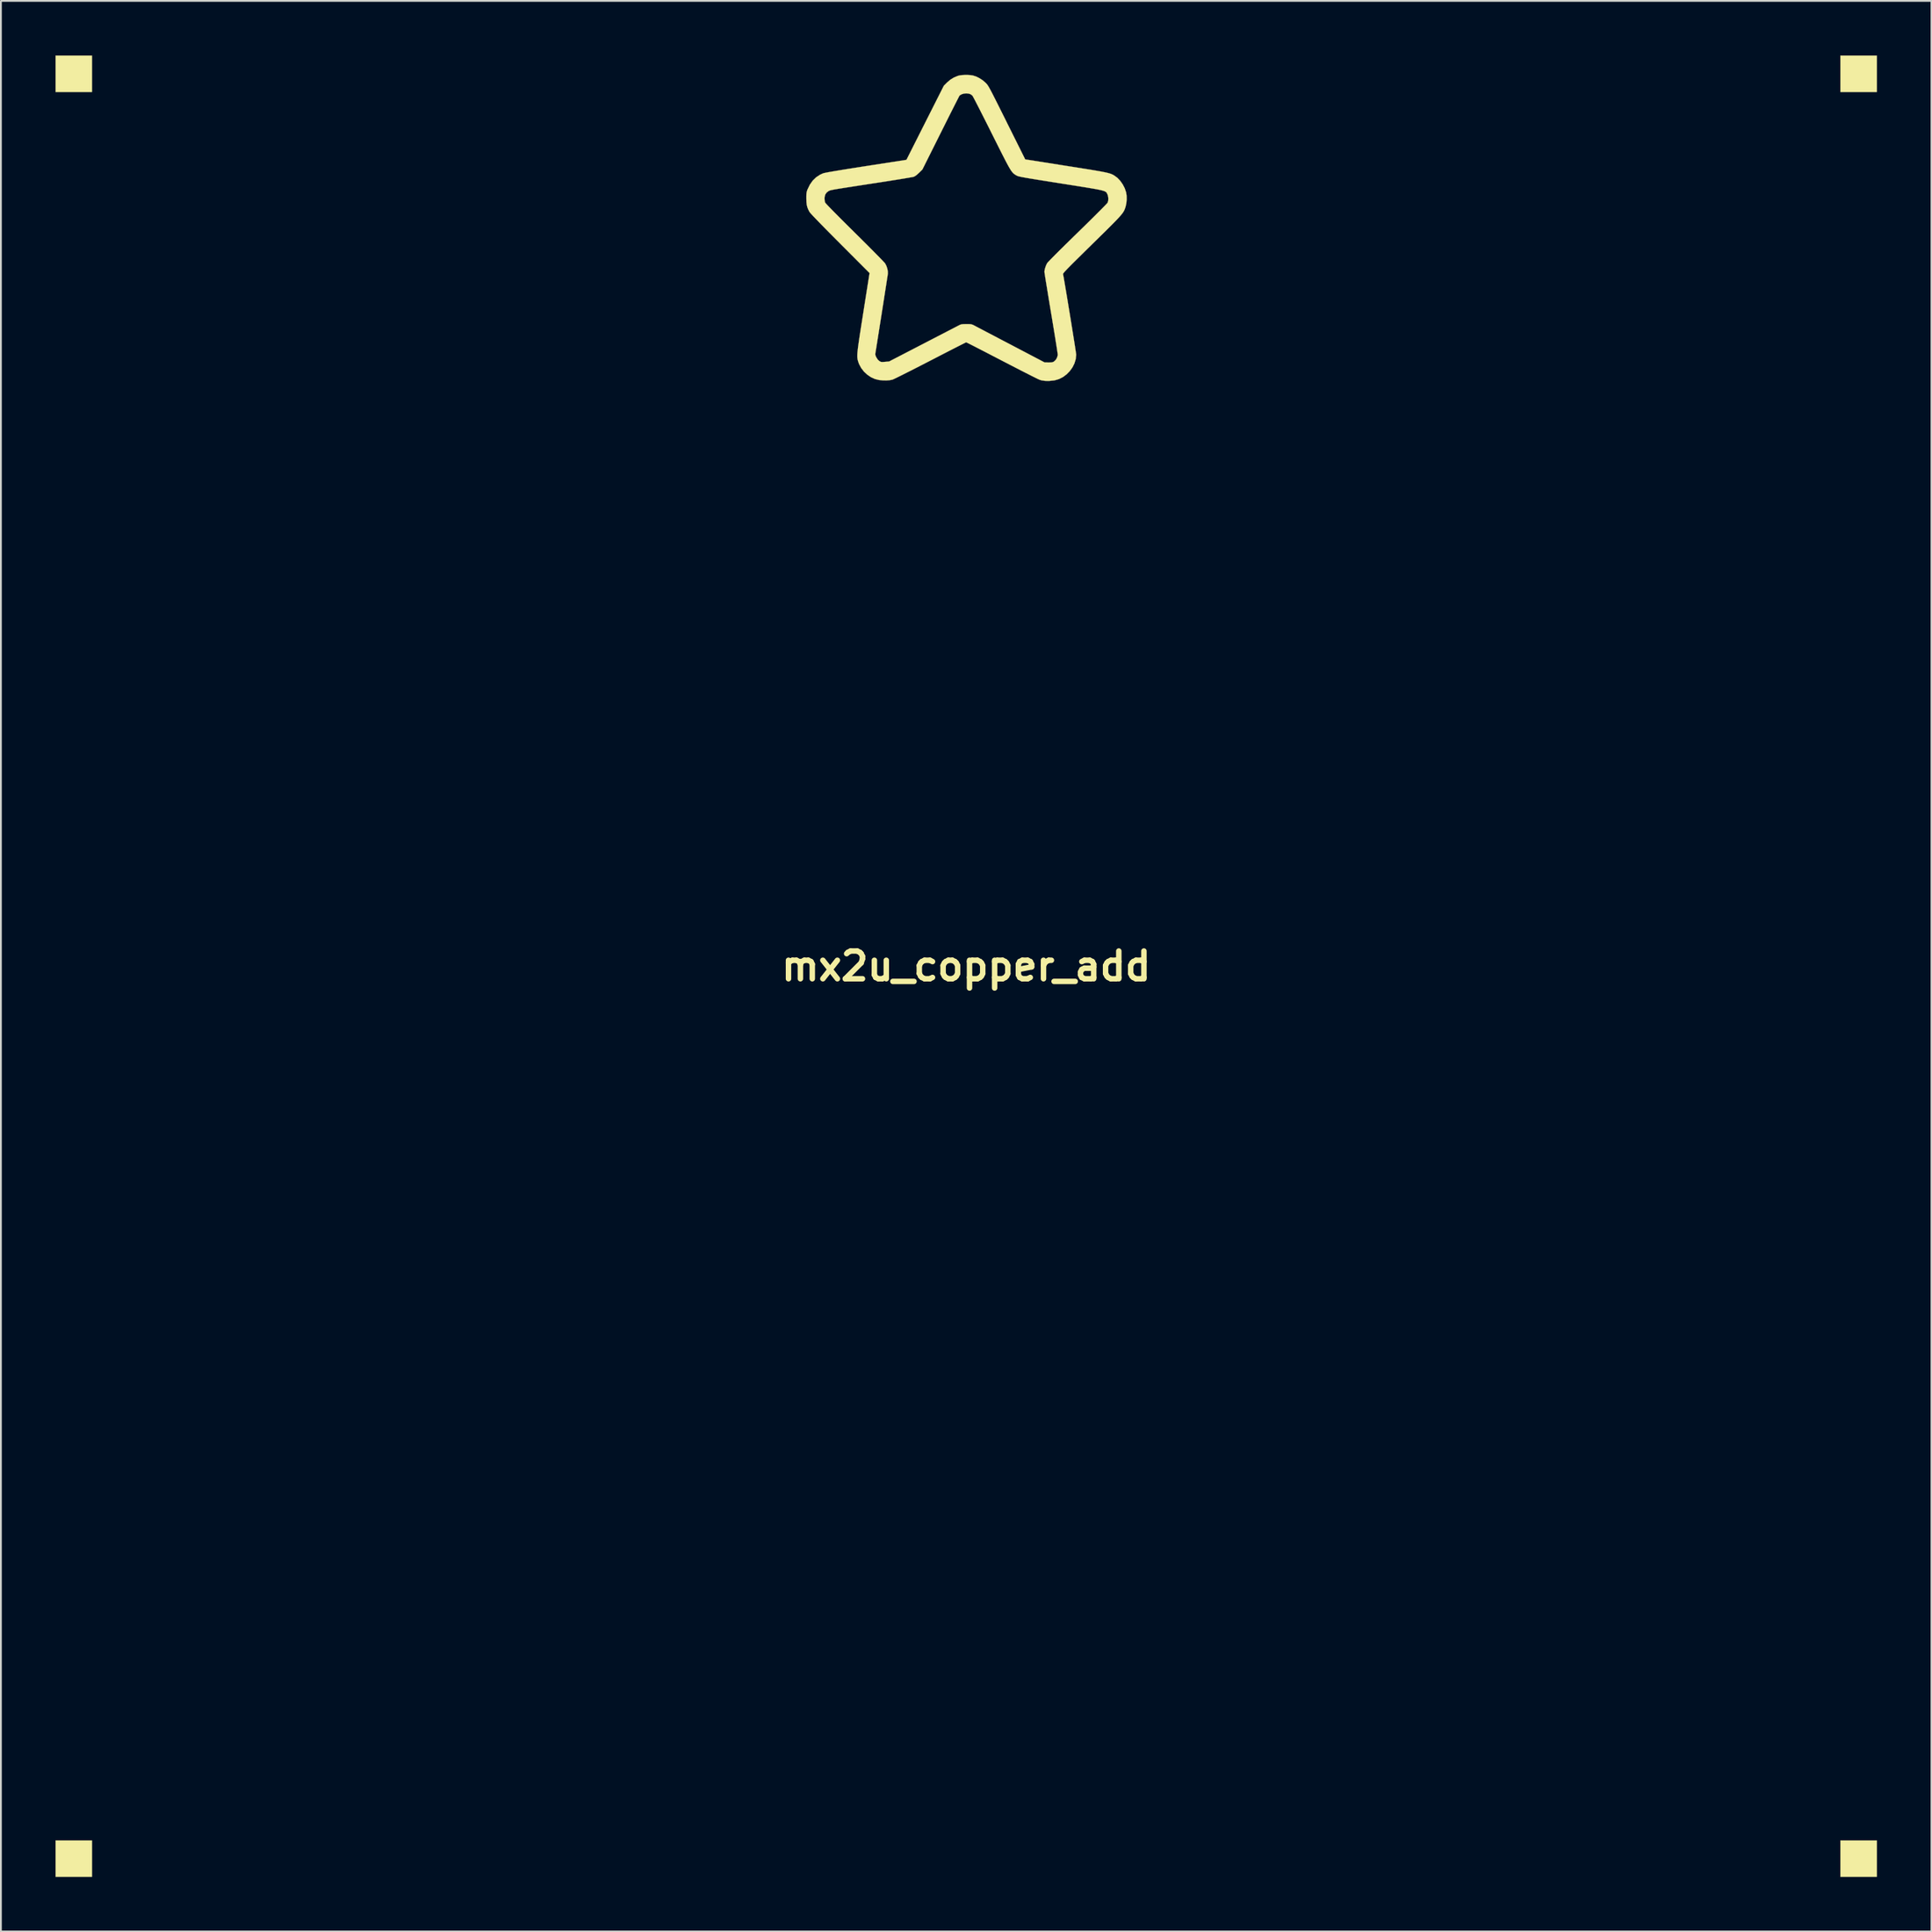
<source format=kicad_pcb>
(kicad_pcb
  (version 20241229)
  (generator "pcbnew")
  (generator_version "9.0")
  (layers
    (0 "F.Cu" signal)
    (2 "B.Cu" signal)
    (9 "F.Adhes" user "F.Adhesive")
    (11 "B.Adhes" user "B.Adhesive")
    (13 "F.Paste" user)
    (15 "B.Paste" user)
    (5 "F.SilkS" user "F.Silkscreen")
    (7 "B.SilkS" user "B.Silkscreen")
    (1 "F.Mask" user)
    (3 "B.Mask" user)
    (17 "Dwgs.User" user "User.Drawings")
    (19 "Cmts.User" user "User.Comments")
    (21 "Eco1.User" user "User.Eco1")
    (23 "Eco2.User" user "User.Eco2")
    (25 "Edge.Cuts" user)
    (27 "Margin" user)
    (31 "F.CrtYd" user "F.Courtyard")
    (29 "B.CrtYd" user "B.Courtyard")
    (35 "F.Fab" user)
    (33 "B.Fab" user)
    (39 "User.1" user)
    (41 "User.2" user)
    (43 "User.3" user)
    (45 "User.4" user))
  (footprint "mx2u_copper_add"
    (layer "F.Cu")
    (at 50.022 50.022)
    (property "Reference" "mx2u_copper_add" (at 0 0 0) (layer "F.SilkS") (effects (font (size 1.524 1.524) (thickness 0.3))))
    (attr through_hole)
    (fp_poly (pts (xy -48.02 -48.02) (xy -50.017 -48.02) (xy -50.017 -50.017) (xy -48.02 -50.017) (xy -48.02 -48.02)) (stroke (width 0.01) (type solid)) (fill yes) (layer "F.SilkS"))
    (fp_poly (pts (xy -48.02 50.017) (xy -50.017 50.017) (xy -50.017 48.02) (xy -48.02 48.02) (xy -48.02 50.017)) (stroke (width 0.01) (type solid)) (fill yes) (layer "F.SilkS"))
    (fp_poly (pts (xy 50.017 -48.02) (xy 48.02 -48.02) (xy 48.02 -50.017) (xy 50.017 -50.017) (xy 50.017 -48.02)) (stroke (width 0.01) (type solid)) (fill yes) (layer "F.SilkS"))
    (fp_poly (pts (xy 50.017 50.017) (xy 48.02 50.017) (xy 48.02 48.02) (xy 50.017 48.02) (xy 50.017 50.017)) (stroke (width 0.01) (type solid)) (fill yes) (layer "F.SilkS"))
    (fp_poly (pts (xy 0.087 -48.953) (xy 0.237 -48.944) (xy 0.356 -48.927) (xy 0.357 -48.927) (xy 0.537 -48.87) (xy 0.726 -48.778) (xy 0.906 -48.66) (xy 1.061 -48.527) (xy 1.061 -48.527) (xy 1.09 -48.498) (xy 1.117 -48.469) (xy 1.143 -48.437) (xy 1.171 -48.4) (xy 1.202 -48.354) (xy 1.238 -48.296) (xy 1.279 -48.223) (xy 1.328 -48.133) (xy 1.387 -48.022) (xy 1.457 -47.888) (xy 1.539 -47.726) (xy 1.635 -47.536) (xy 1.748 -47.312) (xy 1.877 -47.053) (xy 2.026 -46.755) (xy 2.195 -46.416) (xy 2.233 -46.338) (xy 3.241 -44.316) (xy 5.468 -43.965) (xy 5.869 -43.902) (xy 6.223 -43.846) (xy 6.534 -43.796) (xy 6.805 -43.753) (xy 7.039 -43.714) (xy 7.24 -43.679) (xy 7.41 -43.649) (xy 7.553 -43.621) (xy 7.673 -43.596) (xy 7.773 -43.573) (xy 7.855 -43.55) (xy 7.924 -43.529) (xy 7.982 -43.507) (xy 8.033 -43.484) (xy 8.081 -43.46) (xy 8.127 -43.433) (xy 8.128 -43.432) (xy 8.3 -43.307) (xy 8.458 -43.141) (xy 8.595 -42.946) (xy 8.706 -42.733) (xy 8.781 -42.51) (xy 8.785 -42.494) (xy 8.811 -42.314) (xy 8.814 -42.11) (xy 8.794 -41.904) (xy 8.753 -41.717) (xy 8.748 -41.701) (xy 8.728 -41.641) (xy 8.708 -41.585) (xy 8.686 -41.531) (xy 8.658 -41.477) (xy 8.624 -41.42) (xy 8.58 -41.357) (xy 8.524 -41.285) (xy 8.455 -41.204) (xy 8.369 -41.109) (xy 8.265 -40.998) (xy 8.14 -40.869) (xy 7.991 -40.719) (xy 7.818 -40.545) (xy 7.617 -40.346) (xy 7.386 -40.119) (xy 7.123 -39.86) (xy 6.906 -39.647) (xy 6.627 -39.373) (xy 6.382 -39.131) (xy 6.169 -38.921) (xy 5.985 -38.74) (xy 5.829 -38.585) (xy 5.699 -38.454) (xy 5.592 -38.345) (xy 5.507 -38.256) (xy 5.44 -38.185) (xy 5.39 -38.13) (xy 5.356 -38.087) (xy 5.333 -38.056) (xy 5.322 -38.033) (xy 5.318 -38.017) (xy 5.319 -38.012) (xy 5.334 -37.93) (xy 5.357 -37.807) (xy 5.384 -37.647) (xy 5.417 -37.455) (xy 5.454 -37.235) (xy 5.495 -36.993) (xy 5.539 -36.731) (xy 5.584 -36.455) (xy 5.631 -36.169) (xy 5.679 -35.878) (xy 5.727 -35.586) (xy 5.774 -35.297) (xy 5.819 -35.016) (xy 5.862 -34.748) (xy 5.902 -34.497) (xy 5.939 -34.267) (xy 5.971 -34.063) (xy 5.997 -33.889) (xy 6.018 -33.751) (xy 6.033 -33.651) (xy 6.039 -33.595) (xy 6.04 -33.586) (xy 6.015 -33.347) (xy 5.945 -33.113) (xy 5.835 -32.892) (xy 5.69 -32.69) (xy 5.515 -32.511) (xy 5.317 -32.364) (xy 5.099 -32.252) (xy 4.868 -32.184) (xy 4.815 -32.175) (xy 4.565 -32.15) (xy 4.337 -32.152) (xy 4.14 -32.18) (xy 4.044 -32.208) (xy 3.997 -32.228) (xy 3.908 -32.27) (xy 3.782 -32.332) (xy 3.622 -32.412) (xy 3.432 -32.508) (xy 3.215 -32.618) (xy 2.975 -32.74) (xy 2.716 -32.874) (xy 2.44 -33.016) (xy 2.152 -33.165) (xy 1.952 -33.269) (xy 1.662 -33.419) (xy 1.384 -33.563) (xy 1.123 -33.699) (xy 0.88 -33.824) (xy 0.661 -33.937) (xy 0.467 -34.037) (xy 0.302 -34.121) (xy 0.17 -34.188) (xy 0.073 -34.236) (xy 0.016 -34.264) (xy -0.000117 -34.271) (xy -0.026 -34.26) (xy -0.093 -34.227) (xy -0.199 -34.174) (xy -0.339 -34.103) (xy -0.512 -34.015) (xy -0.713 -33.913) (xy -0.939 -33.797) (xy -1.186 -33.67) (xy -1.453 -33.533) (xy -1.734 -33.387) (xy -1.965 -33.268) (xy -2.26 -33.116) (xy -2.544 -32.97) (xy -2.815 -32.832) (xy -3.068 -32.703) (xy -3.301 -32.586) (xy -3.509 -32.481) (xy -3.689 -32.392) (xy -3.837 -32.319) (xy -3.95 -32.265) (xy -4.025 -32.23) (xy -4.052 -32.219) (xy -4.2 -32.189) (xy -4.382 -32.175) (xy -4.586 -32.179) (xy -4.789 -32.199) (xy -5.014 -32.255) (xy -5.232 -32.355) (xy -5.435 -32.493) (xy -5.616 -32.662) (xy -5.767 -32.857) (xy -5.882 -33.07) (xy -5.915 -33.159) (xy -5.934 -33.217) (xy -5.95 -33.271) (xy -5.964 -33.325) (xy -5.973 -33.383) (xy -5.979 -33.447) (xy -5.981 -33.521) (xy -5.979 -33.609) (xy -5.972 -33.714) (xy -5.959 -33.838) (xy -5.942 -33.986) (xy -5.918 -34.161) (xy -5.889 -34.366) (xy -5.854 -34.605) (xy -5.811 -34.881) (xy -5.762 -35.197) (xy -5.705 -35.556) (xy -5.651 -35.901) (xy -5.308 -38.074) (xy -6.922 -39.692) (xy -7.207 -39.978) (xy -7.47 -40.243) (xy -7.71 -40.486) (xy -7.925 -40.705) (xy -8.113 -40.898) (xy -8.273 -41.065) (xy -8.404 -41.202) (xy -8.503 -41.308) (xy -8.569 -41.383) (xy -8.602 -41.424) (xy -8.603 -41.426) (xy -8.675 -41.563) (xy -8.725 -41.69) (xy -8.757 -41.821) (xy -8.774 -41.971) (xy -8.78 -42.155) (xy -8.78 -42.169) (xy -8.78 -42.172) (xy -7.784 -42.172) (xy -7.778 -42.075) (xy -7.762 -41.986) (xy -7.75 -41.947) (xy -7.726 -41.915) (xy -7.668 -41.85) (xy -7.577 -41.753) (xy -7.455 -41.627) (xy -7.304 -41.472) (xy -7.125 -41.291) (xy -6.921 -41.086) (xy -6.693 -40.858) (xy -6.443 -40.609) (xy -6.173 -40.342) (xy -6.122 -40.291) (xy -5.883 -40.055) (xy -5.654 -39.827) (xy -5.436 -39.61) (xy -5.233 -39.406) (xy -5.048 -39.219) (xy -4.882 -39.051) (xy -4.739 -38.905) (xy -4.621 -38.783) (xy -4.532 -38.689) (xy -4.474 -38.626) (xy -4.451 -38.597) (xy -4.384 -38.467) (xy -4.334 -38.317) (xy -4.306 -38.167) (xy -4.304 -38.038) (xy -4.31 -37.997) (xy -4.323 -37.91) (xy -4.343 -37.782) (xy -4.368 -37.618) (xy -4.398 -37.423) (xy -4.433 -37.2) (xy -4.471 -36.955) (xy -4.512 -36.693) (xy -4.555 -36.417) (xy -4.6 -36.133) (xy -4.645 -35.844) (xy -4.69 -35.557) (xy -4.735 -35.274) (xy -4.778 -35.001) (xy -4.819 -34.742) (xy -4.857 -34.503) (xy -4.891 -34.287) (xy -4.921 -34.099) (xy -4.946 -33.943) (xy -4.965 -33.825) (xy -4.978 -33.749) (xy -4.981 -33.731) (xy -4.994 -33.643) (xy -4.992 -33.579) (xy -4.972 -33.515) (xy -4.94 -33.446) (xy -4.858 -33.318) (xy -4.775 -33.243) (xy -4.724 -33.212) (xy -4.679 -33.194) (xy -4.625 -33.187) (xy -4.548 -33.19) (xy -4.456 -33.197) (xy -4.235 -33.215) (xy -2.351 -34.19) (xy -2.062 -34.34) (xy -1.784 -34.484) (xy -1.52 -34.62) (xy -1.275 -34.747) (xy -1.052 -34.863) (xy -0.853 -34.965) (xy -0.684 -35.053) (xy -0.547 -35.124) (xy -0.445 -35.177) (xy -0.383 -35.209) (xy -0.366 -35.217) (xy -0.311 -35.241) (xy -0.249 -35.257) (xy -0.168 -35.266) (xy -0.055 -35.269) (xy 0.014 -35.269) (xy 0.137 -35.269) (xy 0.224 -35.265) (xy 0.291 -35.254) (xy 0.353 -35.234) (xy 0.425 -35.2) (xy 0.494 -35.163) (xy 0.548 -35.135) (xy 0.643 -35.085) (xy 0.775 -35.016) (xy 0.94 -34.929) (xy 1.134 -34.827) (xy 1.354 -34.712) (xy 1.596 -34.585) (xy 1.855 -34.449) (xy 2.129 -34.305) (xy 2.413 -34.157) (xy 2.502 -34.11) (xy 4.309 -33.162) (xy 4.524 -33.16) (xy 4.636 -33.161) (xy 4.711 -33.169) (xy 4.767 -33.185) (xy 4.819 -33.213) (xy 4.831 -33.221) (xy 4.92 -33.307) (xy 4.988 -33.422) (xy 5.025 -33.547) (xy 5.029 -33.598) (xy 5.025 -33.637) (xy 5.013 -33.721) (xy 4.994 -33.848) (xy 4.969 -34.014) (xy 4.937 -34.214) (xy 4.9 -34.446) (xy 4.858 -34.705) (xy 4.812 -34.987) (xy 4.762 -35.289) (xy 4.71 -35.607) (xy 4.663 -35.888) (xy 4.608 -36.215) (xy 4.556 -36.53) (xy 4.507 -36.827) (xy 4.462 -37.103) (xy 4.421 -37.355) (xy 4.384 -37.578) (xy 4.353 -37.77) (xy 4.329 -37.926) (xy 4.311 -38.043) (xy 4.3 -38.117) (xy 4.297 -38.143) (xy 4.308 -38.242) (xy 4.34 -38.364) (xy 4.384 -38.489) (xy 4.435 -38.596) (xy 4.449 -38.619) (xy 4.478 -38.654) (xy 4.54 -38.721) (xy 4.633 -38.817) (xy 4.755 -38.941) (xy 4.901 -39.089) (xy 5.071 -39.258) (xy 5.26 -39.446) (xy 5.466 -39.649) (xy 5.687 -39.866) (xy 5.919 -40.094) (xy 6.127 -40.297) (xy 6.371 -40.535) (xy 6.605 -40.764) (xy 6.824 -40.98) (xy 7.027 -41.181) (xy 7.21 -41.364) (xy 7.373 -41.526) (xy 7.511 -41.666) (xy 7.622 -41.78) (xy 7.704 -41.866) (xy 7.755 -41.922) (xy 7.77 -41.942) (xy 7.803 -42.058) (xy 7.807 -42.194) (xy 7.784 -42.329) (xy 7.757 -42.402) (xy 7.74 -42.436) (xy 7.725 -42.466) (xy 7.708 -42.493) (xy 7.685 -42.518) (xy 7.654 -42.541) (xy 7.613 -42.563) (xy 7.556 -42.585) (xy 7.483 -42.607) (xy 7.39 -42.631) (xy 7.273 -42.656) (xy 7.13 -42.684) (xy 6.959 -42.714) (xy 6.754 -42.749) (xy 6.515 -42.789) (xy 6.238 -42.833) (xy 5.919 -42.884) (xy 5.556 -42.941) (xy 5.187 -42.999) (xy 4.794 -43.062) (xy 4.448 -43.117) (xy 4.145 -43.165) (xy 3.883 -43.207) (xy 3.658 -43.244) (xy 3.467 -43.275) (xy 3.307 -43.303) (xy 3.176 -43.326) (xy 3.069 -43.346) (xy 2.983 -43.364) (xy 2.916 -43.379) (xy 2.865 -43.392) (xy 2.826 -43.405) (xy 2.795 -43.417) (xy 2.771 -43.43) (xy 2.763 -43.434) (xy 2.715 -43.462) (xy 2.671 -43.49) (xy 2.631 -43.518) (xy 2.591 -43.552) (xy 2.551 -43.593) (xy 2.509 -43.644) (xy 2.463 -43.708) (xy 2.412 -43.789) (xy 2.353 -43.889) (xy 2.285 -44.01) (xy 2.207 -44.156) (xy 2.117 -44.33) (xy 2.012 -44.534) (xy 1.892 -44.772) (xy 1.754 -45.046) (xy 1.597 -45.359) (xy 1.419 -45.714) (xy 1.402 -45.748) (xy 1.253 -46.047) (xy 1.109 -46.333) (xy 0.972 -46.604) (xy 0.844 -46.856) (xy 0.727 -47.087) (xy 0.622 -47.291) (xy 0.531 -47.467) (xy 0.457 -47.61) (xy 0.399 -47.718) (xy 0.361 -47.788) (xy 0.345 -47.814) (xy 0.256 -47.888) (xy 0.149 -47.93) (xy 0.012 -47.944) (xy 0.000248 -47.944) (xy -0.133 -47.931) (xy -0.253 -47.894) (xy -0.346 -47.839) (xy -0.372 -47.813) (xy -0.387 -47.786) (xy -0.423 -47.717) (xy -0.478 -47.609) (xy -0.551 -47.466) (xy -0.64 -47.291) (xy -0.743 -47.087) (xy -0.859 -46.857) (xy -0.985 -46.606) (xy -1.121 -46.335) (xy -1.264 -46.048) (xy -1.403 -45.771) (xy -2.407 -43.762) (xy -2.587 -43.584) (xy -2.721 -43.463) (xy -2.832 -43.386) (xy -2.881 -43.364) (xy -2.924 -43.354) (xy -3.013 -43.337) (xy -3.143 -43.314) (xy -3.311 -43.285) (xy -3.513 -43.251) (xy -3.744 -43.214) (xy -4 -43.173) (xy -4.277 -43.129) (xy -4.571 -43.083) (xy -4.879 -43.035) (xy -4.916 -43.029) (xy -5.325 -42.967) (xy -5.687 -42.911) (xy -6.005 -42.862) (xy -6.282 -42.819) (xy -6.522 -42.782) (xy -6.727 -42.75) (xy -6.9 -42.722) (xy -7.044 -42.699) (xy -7.162 -42.679) (xy -7.258 -42.662) (xy -7.334 -42.647) (xy -7.394 -42.635) (xy -7.439 -42.624) (xy -7.475 -42.614) (xy -7.503 -42.604) (xy -7.526 -42.595) (xy -7.548 -42.584) (xy -7.551 -42.583) (xy -7.664 -42.501) (xy -7.742 -42.387) (xy -7.78 -42.243) (xy -7.784 -42.172) (xy -8.78 -42.172) (xy -8.78 -42.31) (xy -8.776 -42.413) (xy -8.767 -42.492) (xy -8.752 -42.559) (xy -8.729 -42.629) (xy -8.715 -42.665) (xy -8.587 -42.928) (xy -8.431 -43.15) (xy -8.244 -43.332) (xy -8.026 -43.475) (xy -7.861 -43.55) (xy -7.809 -43.564) (xy -7.711 -43.585) (xy -7.568 -43.613) (xy -7.378 -43.646) (xy -7.141 -43.686) (xy -6.857 -43.733) (xy -6.525 -43.787) (xy -6.145 -43.847) (xy -5.715 -43.915) (xy -5.502 -43.948) (xy -3.282 -44.292) (xy -2.256 -46.327) (xy -1.229 -48.361) (xy -1.051 -48.54) (xy -0.871 -48.694) (xy -0.671 -48.816) (xy -0.463 -48.902) (xy -0.349 -48.931) (xy -0.225 -48.946) (xy -0.073 -48.953) (xy 0.087 -48.953)) (stroke (width 0.01) (type solid)) (fill yes) (layer "F.SilkS")))
  (gr_rect
    (start -3 -3)
    (end 103.043 103.043)
    (stroke (width 0.1) (type default))
    (fill no)
    (layer "Edge.Cuts")))
</source>
